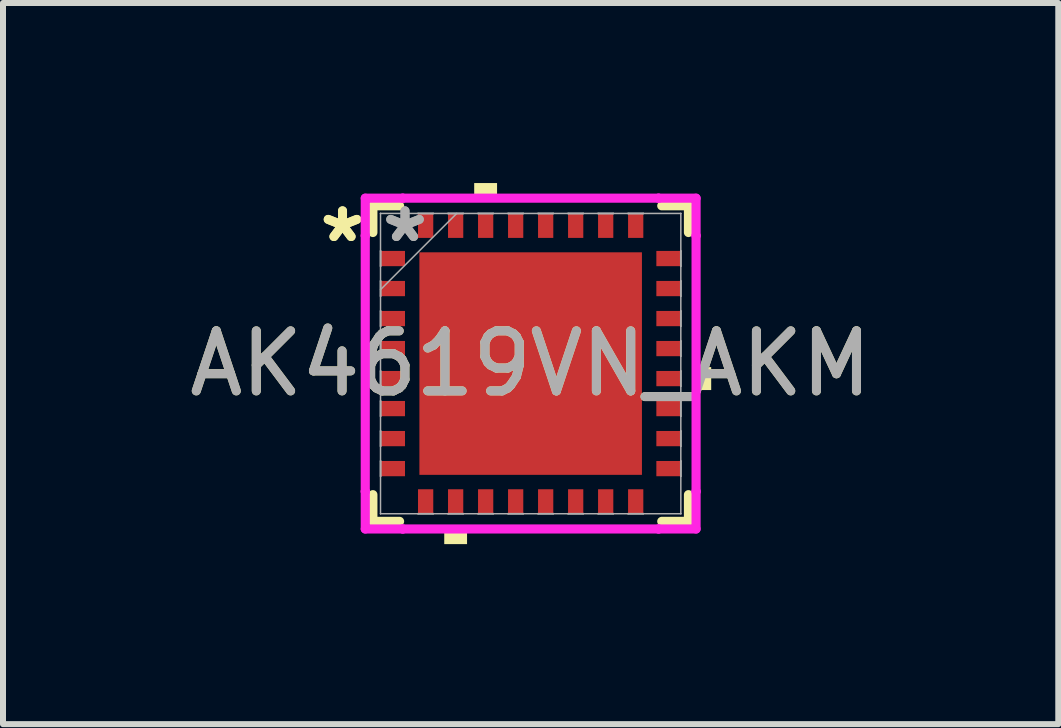
<source format=kicad_pcb>
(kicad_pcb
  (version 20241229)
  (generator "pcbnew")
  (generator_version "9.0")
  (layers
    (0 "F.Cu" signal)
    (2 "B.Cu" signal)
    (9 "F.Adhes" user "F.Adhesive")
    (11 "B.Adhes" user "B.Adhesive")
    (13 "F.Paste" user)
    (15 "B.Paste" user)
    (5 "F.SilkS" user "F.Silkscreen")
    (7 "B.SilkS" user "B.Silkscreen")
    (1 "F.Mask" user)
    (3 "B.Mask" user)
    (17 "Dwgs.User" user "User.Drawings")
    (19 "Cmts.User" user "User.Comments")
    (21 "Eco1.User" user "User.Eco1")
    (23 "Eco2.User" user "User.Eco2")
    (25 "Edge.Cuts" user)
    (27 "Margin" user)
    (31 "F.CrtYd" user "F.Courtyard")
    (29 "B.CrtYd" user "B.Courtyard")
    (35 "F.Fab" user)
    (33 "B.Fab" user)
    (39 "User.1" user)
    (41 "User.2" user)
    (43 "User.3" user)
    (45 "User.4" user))
  (footprint "AK4619VN_AKM"
    (layer "F.Cu")
    (at 5.792 3.008)
    (property "Reference" "AK4619VN_AKM" (at 0 0 0) (unlocked yes) (layer "F.SilkS") (effects (font (size 1 1) (thickness 0.15))))
    (attr smd)
    (fp_line (start -2.629 -2.629) (end -2.629 -2.184) (stroke (width 0.152) (type solid)) (layer "F.SilkS"))
    (fp_line (start -2.629 2.184) (end -2.629 2.629) (stroke (width 0.152) (type solid)) (layer "F.SilkS"))
    (fp_line (start -2.629 2.629) (end -2.184 2.629) (stroke (width 0.152) (type solid)) (layer "F.SilkS"))
    (fp_line (start -2.184 -2.629) (end -2.629 -2.629) (stroke (width 0.152) (type solid)) (layer "F.SilkS"))
    (fp_line (start 2.184 2.629) (end 2.629 2.629) (stroke (width 0.152) (type solid)) (layer "F.SilkS"))
    (fp_line (start 2.629 -2.629) (end 2.184 -2.629) (stroke (width 0.152) (type solid)) (layer "F.SilkS"))
    (fp_line (start 2.629 -2.184) (end 2.629 -2.629) (stroke (width 0.152) (type solid)) (layer "F.SilkS"))
    (fp_line (start 2.629 2.629) (end 2.629 2.184) (stroke (width 0.152) (type solid)) (layer "F.SilkS"))
    (fp_poly (pts (xy -1.44 2.754) (xy -1.44 3.008) (xy -1.06 3.008) (xy -1.06 2.754)) (stroke (width 0) (type solid)) (fill yes) (layer "F.SilkS"))
    (fp_poly (pts (xy -0.941 -2.754) (xy -0.941 -3.008) (xy -0.56 -3.008) (xy -0.56 -2.754)) (stroke (width 0) (type solid)) (fill yes) (layer "F.SilkS"))
    (fp_poly (pts (xy 3.008 0.059) (xy 3.008 0.441) (xy 2.754 0.441) (xy 2.754 0.059)) (stroke (width 0) (type solid)) (fill yes) (layer "F.SilkS"))
    (fp_poly (pts (xy -1.754 -1.754) (xy -1.754 -0.1) (xy -0.1 -0.1) (xy -0.1 -1.754)) (stroke (width 0) (type solid)) (fill yes) (layer "F.Paste"))
    (fp_poly (pts (xy -1.754 0.1) (xy -1.754 1.754) (xy -0.1 1.754) (xy -0.1 0.1)) (stroke (width 0) (type solid)) (fill yes) (layer "F.Paste"))
    (fp_poly (pts (xy 0.1 -1.754) (xy 0.1 -0.1) (xy 1.754 -0.1) (xy 1.754 -1.754)) (stroke (width 0) (type solid)) (fill yes) (layer "F.Paste"))
    (fp_poly (pts (xy 0.1 0.1) (xy 0.1 1.754) (xy 1.754 1.754) (xy 1.754 0.1)) (stroke (width 0) (type solid)) (fill yes) (layer "F.Paste"))
    (fp_line (start -2.756 -2.756) (end -2.131 -2.756) (stroke (width 0.152) (type solid)) (layer "F.CrtYd"))
    (fp_line (start -2.756 -2.131) (end -2.756 -2.756) (stroke (width 0.152) (type solid)) (layer "F.CrtYd"))
    (fp_line (start -2.756 -2.131) (end -2.756 -2.131) (stroke (width 0.152) (type solid)) (layer "F.CrtYd"))
    (fp_line (start -2.756 2.131) (end -2.756 -2.131) (stroke (width 0.152) (type solid)) (layer "F.CrtYd"))
    (fp_line (start -2.756 2.131) (end -2.756 2.131) (stroke (width 0.152) (type solid)) (layer "F.CrtYd"))
    (fp_line (start -2.756 2.756) (end -2.756 2.131) (stroke (width 0.152) (type solid)) (layer "F.CrtYd"))
    (fp_line (start -2.131 -2.756) (end -2.131 -2.756) (stroke (width 0.152) (type solid)) (layer "F.CrtYd"))
    (fp_line (start -2.131 -2.756) (end 2.131 -2.756) (stroke (width 0.152) (type solid)) (layer "F.CrtYd"))
    (fp_line (start -2.131 2.756) (end -2.756 2.756) (stroke (width 0.152) (type solid)) (layer "F.CrtYd"))
    (fp_line (start -2.131 2.756) (end -2.131 2.756) (stroke (width 0.152) (type solid)) (layer "F.CrtYd"))
    (fp_line (start 2.131 -2.756) (end 2.131 -2.756) (stroke (width 0.152) (type solid)) (layer "F.CrtYd"))
    (fp_line (start 2.131 -2.756) (end 2.756 -2.756) (stroke (width 0.152) (type solid)) (layer "F.CrtYd"))
    (fp_line (start 2.131 2.756) (end -2.131 2.756) (stroke (width 0.152) (type solid)) (layer "F.CrtYd"))
    (fp_line (start 2.131 2.756) (end 2.131 2.756) (stroke (width 0.152) (type solid)) (layer "F.CrtYd"))
    (fp_line (start 2.756 -2.756) (end 2.756 -2.131) (stroke (width 0.152) (type solid)) (layer "F.CrtYd"))
    (fp_line (start 2.756 -2.131) (end 2.756 -2.131) (stroke (width 0.152) (type solid)) (layer "F.CrtYd"))
    (fp_line (start 2.756 -2.131) (end 2.756 2.131) (stroke (width 0.152) (type solid)) (layer "F.CrtYd"))
    (fp_line (start 2.756 2.131) (end 2.756 2.131) (stroke (width 0.152) (type solid)) (layer "F.CrtYd"))
    (fp_line (start 2.756 2.131) (end 2.756 2.756) (stroke (width 0.152) (type solid)) (layer "F.CrtYd"))
    (fp_line (start 2.756 2.756) (end 2.131 2.756) (stroke (width 0.152) (type solid)) (layer "F.CrtYd"))
    (fp_line (start -2.502 -2.502) (end -2.502 -2.502) (stroke (width 0.025) (type solid)) (layer "F.Fab"))
    (fp_line (start -2.502 -2.502) (end -2.502 2.502) (stroke (width 0.025) (type solid)) (layer "F.Fab"))
    (fp_line (start -2.502 -1.877) (end -2.5 -1.877) (stroke (width 0.025) (type solid)) (layer "F.Fab"))
    (fp_line (start -2.502 -1.623) (end -2.502 -1.877) (stroke (width 0.025) (type solid)) (layer "F.Fab"))
    (fp_line (start -2.502 -1.377) (end -2.5 -1.377) (stroke (width 0.025) (type solid)) (layer "F.Fab"))
    (fp_line (start -2.502 -1.232) (end -1.232 -2.502) (stroke (width 0.025) (type solid)) (layer "F.Fab"))
    (fp_line (start -2.502 -1.123) (end -2.502 -1.377) (stroke (width 0.025) (type solid)) (layer "F.Fab"))
    (fp_line (start -2.502 -0.877) (end -2.5 -0.877) (stroke (width 0.025) (type solid)) (layer "F.Fab"))
    (fp_line (start -2.502 -0.623) (end -2.502 -0.877) (stroke (width 0.025) (type solid)) (layer "F.Fab"))
    (fp_line (start -2.502 -0.377) (end -2.5 -0.377) (stroke (width 0.025) (type solid)) (layer "F.Fab"))
    (fp_line (start -2.502 -0.123) (end -2.502 -0.377) (stroke (width 0.025) (type solid)) (layer "F.Fab"))
    (fp_line (start -2.502 0.123) (end -2.5 0.123) (stroke (width 0.025) (type solid)) (layer "F.Fab"))
    (fp_line (start -2.502 0.377) (end -2.502 0.123) (stroke (width 0.025) (type solid)) (layer "F.Fab"))
    (fp_line (start -2.502 0.623) (end -2.5 0.623) (stroke (width 0.025) (type solid)) (layer "F.Fab"))
    (fp_line (start -2.502 0.877) (end -2.502 0.623) (stroke (width 0.025) (type solid)) (layer "F.Fab"))
    (fp_line (start -2.502 1.123) (end -2.5 1.123) (stroke (width 0.025) (type solid)) (layer "F.Fab"))
    (fp_line (start -2.502 1.377) (end -2.502 1.123) (stroke (width 0.025) (type solid)) (layer "F.Fab"))
    (fp_line (start -2.502 1.623) (end -2.5 1.623) (stroke (width 0.025) (type solid)) (layer "F.Fab"))
    (fp_line (start -2.502 1.877) (end -2.502 1.623) (stroke (width 0.025) (type solid)) (layer "F.Fab"))
    (fp_line (start -2.502 2.502) (end -2.502 2.502) (stroke (width 0.025) (type solid)) (layer "F.Fab"))
    (fp_line (start -2.502 2.502) (end 2.502 2.502) (stroke (width 0.025) (type solid)) (layer "F.Fab"))
    (fp_line (start -2.5 -1.877) (end -2.5 -1.623) (stroke (width 0.025) (type solid)) (layer "F.Fab"))
    (fp_line (start -2.5 -1.623) (end -2.502 -1.623) (stroke (width 0.025) (type solid)) (layer "F.Fab"))
    (fp_line (start -2.5 -1.377) (end -2.5 -1.123) (stroke (width 0.025) (type solid)) (layer "F.Fab"))
    (fp_line (start -2.5 -1.123) (end -2.502 -1.123) (stroke (width 0.025) (type solid)) (layer "F.Fab"))
    (fp_line (start -2.5 -0.877) (end -2.5 -0.623) (stroke (width 0.025) (type solid)) (layer "F.Fab"))
    (fp_line (start -2.5 -0.623) (end -2.502 -0.623) (stroke (width 0.025) (type solid)) (layer "F.Fab"))
    (fp_line (start -2.5 -0.377) (end -2.5 -0.123) (stroke (width 0.025) (type solid)) (layer "F.Fab"))
    (fp_line (start -2.5 -0.123) (end -2.502 -0.123) (stroke (width 0.025) (type solid)) (layer "F.Fab"))
    (fp_line (start -2.5 0.123) (end -2.5 0.377) (stroke (width 0.025) (type solid)) (layer "F.Fab"))
    (fp_line (start -2.5 0.377) (end -2.502 0.377) (stroke (width 0.025) (type solid)) (layer "F.Fab"))
    (fp_line (start -2.5 0.623) (end -2.5 0.877) (stroke (width 0.025) (type solid)) (layer "F.Fab"))
    (fp_line (start -2.5 0.877) (end -2.502 0.877) (stroke (width 0.025) (type solid)) (layer "F.Fab"))
    (fp_line (start -2.5 1.123) (end -2.5 1.377) (stroke (width 0.025) (type solid)) (layer "F.Fab"))
    (fp_line (start -2.5 1.377) (end -2.502 1.377) (stroke (width 0.025) (type solid)) (layer "F.Fab"))
    (fp_line (start -2.5 1.623) (end -2.5 1.877) (stroke (width 0.025) (type solid)) (layer "F.Fab"))
    (fp_line (start -2.5 1.877) (end -2.502 1.877) (stroke (width 0.025) (type solid)) (layer "F.Fab"))
    (fp_line (start -1.877 -2.502) (end -1.623 -2.502) (stroke (width 0.025) (type solid)) (layer "F.Fab"))
    (fp_line (start -1.877 -2.5) (end -1.877 -2.502) (stroke (width 0.025) (type solid)) (layer "F.Fab"))
    (fp_line (start -1.877 2.5) (end -1.623 2.5) (stroke (width 0.025) (type solid)) (layer "F.Fab"))
    (fp_line (start -1.877 2.502) (end -1.877 2.5) (stroke (width 0.025) (type solid)) (layer "F.Fab"))
    (fp_line (start -1.623 -2.502) (end -1.623 -2.5) (stroke (width 0.025) (type solid)) (layer "F.Fab"))
    (fp_line (start -1.623 -2.5) (end -1.877 -2.5) (stroke (width 0.025) (type solid)) (layer "F.Fab"))
    (fp_line (start -1.623 2.5) (end -1.623 2.502) (stroke (width 0.025) (type solid)) (layer "F.Fab"))
    (fp_line (start -1.623 2.502) (end -1.877 2.502) (stroke (width 0.025) (type solid)) (layer "F.Fab"))
    (fp_line (start -1.377 -2.502) (end -1.123 -2.502) (stroke (width 0.025) (type solid)) (layer "F.Fab"))
    (fp_line (start -1.377 -2.5) (end -1.377 -2.502) (stroke (width 0.025) (type solid)) (layer "F.Fab"))
    (fp_line (start -1.377 2.5) (end -1.123 2.5) (stroke (width 0.025) (type solid)) (layer "F.Fab"))
    (fp_line (start -1.377 2.502) (end -1.377 2.5) (stroke (width 0.025) (type solid)) (layer "F.Fab"))
    (fp_line (start -1.123 -2.502) (end -1.123 -2.5) (stroke (width 0.025) (type solid)) (layer "F.Fab"))
    (fp_line (start -1.123 -2.5) (end -1.377 -2.5) (stroke (width 0.025) (type solid)) (layer "F.Fab"))
    (fp_line (start -1.123 2.5) (end -1.123 2.502) (stroke (width 0.025) (type solid)) (layer "F.Fab"))
    (fp_line (start -1.123 2.502) (end -1.377 2.502) (stroke (width 0.025) (type solid)) (layer "F.Fab"))
    (fp_line (start -0.877 -2.502) (end -0.623 -2.502) (stroke (width 0.025) (type solid)) (layer "F.Fab"))
    (fp_line (start -0.877 -2.5) (end -0.877 -2.502) (stroke (width 0.025) (type solid)) (layer "F.Fab"))
    (fp_line (start -0.877 2.5) (end -0.623 2.5) (stroke (width 0.025) (type solid)) (layer "F.Fab"))
    (fp_line (start -0.877 2.502) (end -0.877 2.5) (stroke (width 0.025) (type solid)) (layer "F.Fab"))
    (fp_line (start -0.623 -2.502) (end -0.623 -2.5) (stroke (width 0.025) (type solid)) (layer "F.Fab"))
    (fp_line (start -0.623 -2.5) (end -0.877 -2.5) (stroke (width 0.025) (type solid)) (layer "F.Fab"))
    (fp_line (start -0.623 2.5) (end -0.623 2.502) (stroke (width 0.025) (type solid)) (layer "F.Fab"))
    (fp_line (start -0.623 2.502) (end -0.877 2.502) (stroke (width 0.025) (type solid)) (layer "F.Fab"))
    (fp_line (start -0.377 -2.502) (end -0.123 -2.502) (stroke (width 0.025) (type solid)) (layer "F.Fab"))
    (fp_line (start -0.377 -2.5) (end -0.377 -2.502) (stroke (width 0.025) (type solid)) (layer "F.Fab"))
    (fp_line (start -0.377 2.5) (end -0.123 2.5) (stroke (width 0.025) (type solid)) (layer "F.Fab"))
    (fp_line (start -0.377 2.502) (end -0.377 2.5) (stroke (width 0.025) (type solid)) (layer "F.Fab"))
    (fp_line (start -0.123 -2.502) (end -0.123 -2.5) (stroke (width 0.025) (type solid)) (layer "F.Fab"))
    (fp_line (start -0.123 -2.5) (end -0.377 -2.5) (stroke (width 0.025) (type solid)) (layer "F.Fab"))
    (fp_line (start -0.123 2.5) (end -0.123 2.502) (stroke (width 0.025) (type solid)) (layer "F.Fab"))
    (fp_line (start -0.123 2.502) (end -0.377 2.502) (stroke (width 0.025) (type solid)) (layer "F.Fab"))
    (fp_line (start 0.123 -2.502) (end 0.377 -2.502) (stroke (width 0.025) (type solid)) (layer "F.Fab"))
    (fp_line (start 0.123 -2.5) (end 0.123 -2.502) (stroke (width 0.025) (type solid)) (layer "F.Fab"))
    (fp_line (start 0.123 2.5) (end 0.377 2.5) (stroke (width 0.025) (type solid)) (layer "F.Fab"))
    (fp_line (start 0.123 2.502) (end 0.123 2.5) (stroke (width 0.025) (type solid)) (layer "F.Fab"))
    (fp_line (start 0.377 -2.502) (end 0.377 -2.5) (stroke (width 0.025) (type solid)) (layer "F.Fab"))
    (fp_line (start 0.377 -2.5) (end 0.123 -2.5) (stroke (width 0.025) (type solid)) (layer "F.Fab"))
    (fp_line (start 0.377 2.5) (end 0.377 2.502) (stroke (width 0.025) (type solid)) (layer "F.Fab"))
    (fp_line (start 0.377 2.502) (end 0.123 2.502) (stroke (width 0.025) (type solid)) (layer "F.Fab"))
    (fp_line (start 0.623 -2.502) (end 0.877 -2.502) (stroke (width 0.025) (type solid)) (layer "F.Fab"))
    (fp_line (start 0.623 -2.5) (end 0.623 -2.502) (stroke (width 0.025) (type solid)) (layer "F.Fab"))
    (fp_line (start 0.623 2.5) (end 0.877 2.5) (stroke (width 0.025) (type solid)) (layer "F.Fab"))
    (fp_line (start 0.623 2.502) (end 0.623 2.5) (stroke (width 0.025) (type solid)) (layer "F.Fab"))
    (fp_line (start 0.877 -2.502) (end 0.877 -2.5) (stroke (width 0.025) (type solid)) (layer "F.Fab"))
    (fp_line (start 0.877 -2.5) (end 0.623 -2.5) (stroke (width 0.025) (type solid)) (layer "F.Fab"))
    (fp_line (start 0.877 2.5) (end 0.877 2.502) (stroke (width 0.025) (type solid)) (layer "F.Fab"))
    (fp_line (start 0.877 2.502) (end 0.623 2.502) (stroke (width 0.025) (type solid)) (layer "F.Fab"))
    (fp_line (start 1.123 -2.502) (end 1.377 -2.502) (stroke (width 0.025) (type solid)) (layer "F.Fab"))
    (fp_line (start 1.123 -2.5) (end 1.123 -2.502) (stroke (width 0.025) (type solid)) (layer "F.Fab"))
    (fp_line (start 1.123 2.5) (end 1.377 2.5) (stroke (width 0.025) (type solid)) (layer "F.Fab"))
    (fp_line (start 1.123 2.502) (end 1.123 2.5) (stroke (width 0.025) (type solid)) (layer "F.Fab"))
    (fp_line (start 1.377 -2.502) (end 1.377 -2.5) (stroke (width 0.025) (type solid)) (layer "F.Fab"))
    (fp_line (start 1.377 -2.5) (end 1.123 -2.5) (stroke (width 0.025) (type solid)) (layer "F.Fab"))
    (fp_line (start 1.377 2.5) (end 1.377 2.502) (stroke (width 0.025) (type solid)) (layer "F.Fab"))
    (fp_line (start 1.377 2.502) (end 1.123 2.502) (stroke (width 0.025) (type solid)) (layer "F.Fab"))
    (fp_line (start 1.623 -2.502) (end 1.877 -2.502) (stroke (width 0.025) (type solid)) (layer "F.Fab"))
    (fp_line (start 1.623 -2.5) (end 1.623 -2.502) (stroke (width 0.025) (type solid)) (layer "F.Fab"))
    (fp_line (start 1.623 2.5) (end 1.877 2.5) (stroke (width 0.025) (type solid)) (layer "F.Fab"))
    (fp_line (start 1.623 2.502) (end 1.623 2.5) (stroke (width 0.025) (type solid)) (layer "F.Fab"))
    (fp_line (start 1.877 -2.502) (end 1.877 -2.5) (stroke (width 0.025) (type solid)) (layer "F.Fab"))
    (fp_line (start 1.877 -2.5) (end 1.623 -2.5) (stroke (width 0.025) (type solid)) (layer "F.Fab"))
    (fp_line (start 1.877 2.5) (end 1.877 2.502) (stroke (width 0.025) (type solid)) (layer "F.Fab"))
    (fp_line (start 1.877 2.502) (end 1.623 2.502) (stroke (width 0.025) (type solid)) (layer "F.Fab"))
    (fp_line (start 2.5 -1.877) (end 2.502 -1.877) (stroke (width 0.025) (type solid)) (layer "F.Fab"))
    (fp_line (start 2.5 -1.623) (end 2.5 -1.877) (stroke (width 0.025) (type solid)) (layer "F.Fab"))
    (fp_line (start 2.5 -1.377) (end 2.502 -1.377) (stroke (width 0.025) (type solid)) (layer "F.Fab"))
    (fp_line (start 2.5 -1.123) (end 2.5 -1.377) (stroke (width 0.025) (type solid)) (layer "F.Fab"))
    (fp_line (start 2.5 -0.877) (end 2.502 -0.877) (stroke (width 0.025) (type solid)) (layer "F.Fab"))
    (fp_line (start 2.5 -0.623) (end 2.5 -0.877) (stroke (width 0.025) (type solid)) (layer "F.Fab"))
    (fp_line (start 2.5 -0.377) (end 2.502 -0.377) (stroke (width 0.025) (type solid)) (layer "F.Fab"))
    (fp_line (start 2.5 -0.123) (end 2.5 -0.377) (stroke (width 0.025) (type solid)) (layer "F.Fab"))
    (fp_line (start 2.5 0.123) (end 2.502 0.123) (stroke (width 0.025) (type solid)) (layer "F.Fab"))
    (fp_line (start 2.5 0.377) (end 2.5 0.123) (stroke (width 0.025) (type solid)) (layer "F.Fab"))
    (fp_line (start 2.5 0.623) (end 2.502 0.623) (stroke (width 0.025) (type solid)) (layer "F.Fab"))
    (fp_line (start 2.5 0.877) (end 2.5 0.623) (stroke (width 0.025) (type solid)) (layer "F.Fab"))
    (fp_line (start 2.5 1.123) (end 2.502 1.123) (stroke (width 0.025) (type solid)) (layer "F.Fab"))
    (fp_line (start 2.5 1.377) (end 2.5 1.123) (stroke (width 0.025) (type solid)) (layer "F.Fab"))
    (fp_line (start 2.5 1.623) (end 2.502 1.623) (stroke (width 0.025) (type solid)) (layer "F.Fab"))
    (fp_line (start 2.5 1.877) (end 2.5 1.623) (stroke (width 0.025) (type solid)) (layer "F.Fab"))
    (fp_line (start 2.502 -2.502) (end -2.502 -2.502) (stroke (width 0.025) (type solid)) (layer "F.Fab"))
    (fp_line (start 2.502 -2.502) (end 2.502 -2.502) (stroke (width 0.025) (type solid)) (layer "F.Fab"))
    (fp_line (start 2.502 -1.877) (end 2.502 -1.623) (stroke (width 0.025) (type solid)) (layer "F.Fab"))
    (fp_line (start 2.502 -1.623) (end 2.5 -1.623) (stroke (width 0.025) (type solid)) (layer "F.Fab"))
    (fp_line (start 2.502 -1.377) (end 2.502 -1.123) (stroke (width 0.025) (type solid)) (layer "F.Fab"))
    (fp_line (start 2.502 -1.123) (end 2.5 -1.123) (stroke (width 0.025) (type solid)) (layer "F.Fab"))
    (fp_line (start 2.502 -0.877) (end 2.502 -0.623) (stroke (width 0.025) (type solid)) (layer "F.Fab"))
    (fp_line (start 2.502 -0.623) (end 2.5 -0.623) (stroke (width 0.025) (type solid)) (layer "F.Fab"))
    (fp_line (start 2.502 -0.377) (end 2.502 -0.123) (stroke (width 0.025) (type solid)) (layer "F.Fab"))
    (fp_line (start 2.502 -0.123) (end 2.5 -0.123) (stroke (width 0.025) (type solid)) (layer "F.Fab"))
    (fp_line (start 2.502 0.123) (end 2.502 0.377) (stroke (width 0.025) (type solid)) (layer "F.Fab"))
    (fp_line (start 2.502 0.377) (end 2.5 0.377) (stroke (width 0.025) (type solid)) (layer "F.Fab"))
    (fp_line (start 2.502 0.623) (end 2.502 0.877) (stroke (width 0.025) (type solid)) (layer "F.Fab"))
    (fp_line (start 2.502 0.877) (end 2.5 0.877) (stroke (width 0.025) (type solid)) (layer "F.Fab"))
    (fp_line (start 2.502 1.123) (end 2.502 1.377) (stroke (width 0.025) (type solid)) (layer "F.Fab"))
    (fp_line (start 2.502 1.377) (end 2.5 1.377) (stroke (width 0.025) (type solid)) (layer "F.Fab"))
    (fp_line (start 2.502 1.623) (end 2.502 1.877) (stroke (width 0.025) (type solid)) (layer "F.Fab"))
    (fp_line (start 2.502 1.877) (end 2.5 1.877) (stroke (width 0.025) (type solid)) (layer "F.Fab"))
    (fp_line (start 2.502 2.502) (end 2.502 -2.502) (stroke (width 0.025) (type solid)) (layer "F.Fab"))
    (fp_line (start 2.502 2.502) (end 2.502 2.502) (stroke (width 0.025) (type solid)) (layer "F.Fab"))
    (fp_text user "*" (at -3.135 -2 0) (unlocked yes) (layer "F.SilkS") (effects (font (size 1 1) (thickness 0.15))))
    (fp_text user "*" (at -3.135 -2 0) (layer "F.SilkS") (effects (font (size 1 1) (thickness 0.15))))
    (fp_text user "*" (at -2.094 -2 0) (layer "F.Fab") (effects (font (size 1 1) (thickness 0.15))))
    (fp_text user "*" (at -2.094 -2 0) (unlocked yes) (layer "F.Fab") (effects (font (size 1 1) (thickness 0.15))))
    (fp_text user "${REFERENCE}" (at 0 0 0) (unlocked yes) (layer "F.Fab") (effects (font (size 1 1) (thickness 0.15))))
    (pad "1" smd rect (at -2.297 -1.75 90) (size 0.254 0.406) (layers "F.Cu" "F.Mask" "F.Paste"))
    (pad "2" smd rect (at -2.297 -1.25 90) (size 0.254 0.406) (layers "F.Cu" "F.Mask" "F.Paste"))
    (pad "3" smd rect (at -2.297 -0.75 90) (size 0.254 0.406) (layers "F.Cu" "F.Mask" "F.Paste"))
    (pad "4" smd rect (at -2.297 -0.25 90) (size 0.254 0.406) (layers "F.Cu" "F.Mask" "F.Paste"))
    (pad "5" smd rect (at -2.297 0.25 90) (size 0.254 0.406) (layers "F.Cu" "F.Mask" "F.Paste"))
    (pad "6" smd rect (at -2.297 0.75 90) (size 0.254 0.406) (layers "F.Cu" "F.Mask" "F.Paste"))
    (pad "7" smd rect (at -2.297 1.25 90) (size 0.254 0.406) (layers "F.Cu" "F.Mask" "F.Paste"))
    (pad "8" smd rect (at -2.297 1.75 90) (size 0.254 0.406) (layers "F.Cu" "F.Mask" "F.Paste"))
    (pad "9" smd rect (at -1.75 2.297) (size 0.254 0.406) (layers "F.Cu" "F.Mask" "F.Paste"))
    (pad "10" smd rect (at -1.25 2.297) (size 0.254 0.406) (layers "F.Cu" "F.Mask" "F.Paste"))
    (pad "11" smd rect (at -0.75 2.297) (size 0.254 0.406) (layers "F.Cu" "F.Mask" "F.Paste"))
    (pad "12" smd rect (at -0.25 2.297) (size 0.254 0.406) (layers "F.Cu" "F.Mask" "F.Paste"))
    (pad "13" smd rect (at 0.25 2.297) (size 0.254 0.406) (layers "F.Cu" "F.Mask" "F.Paste"))
    (pad "14" smd rect (at 0.75 2.297) (size 0.254 0.406) (layers "F.Cu" "F.Mask" "F.Paste"))
    (pad "15" smd rect (at 1.25 2.297) (size 0.254 0.406) (layers "F.Cu" "F.Mask" "F.Paste"))
    (pad "16" smd rect (at 1.75 2.297) (size 0.254 0.406) (layers "F.Cu" "F.Mask" "F.Paste"))
    (pad "17" smd rect (at 2.297 1.75 90) (size 0.254 0.406) (layers "F.Cu" "F.Mask" "F.Paste"))
    (pad "18" smd rect (at 2.297 1.25 90) (size 0.254 0.406) (layers "F.Cu" "F.Mask" "F.Paste"))
    (pad "19" smd rect (at 2.297 0.75 90) (size 0.254 0.406) (layers "F.Cu" "F.Mask" "F.Paste"))
    (pad "20" smd rect (at 2.297 0.25 90) (size 0.254 0.406) (layers "F.Cu" "F.Mask" "F.Paste"))
    (pad "21" smd rect (at 2.297 -0.25 90) (size 0.254 0.406) (layers "F.Cu" "F.Mask" "F.Paste"))
    (pad "22" smd rect (at 2.297 -0.75 90) (size 0.254 0.406) (layers "F.Cu" "F.Mask" "F.Paste"))
    (pad "23" smd rect (at 2.297 -1.25 90) (size 0.254 0.406) (layers "F.Cu" "F.Mask" "F.Paste"))
    (pad "24" smd rect (at 2.297 -1.75 90) (size 0.254 0.406) (layers "F.Cu" "F.Mask" "F.Paste"))
    (pad "25" smd rect (at 1.75 -2.297) (size 0.254 0.406) (layers "F.Cu" "F.Mask" "F.Paste"))
    (pad "26" smd rect (at 1.25 -2.297) (size 0.254 0.406) (layers "F.Cu" "F.Mask" "F.Paste"))
    (pad "27" smd rect (at 0.75 -2.297) (size 0.254 0.406) (layers "F.Cu" "F.Mask" "F.Paste"))
    (pad "28" smd rect (at 0.25 -2.297) (size 0.254 0.406) (layers "F.Cu" "F.Mask" "F.Paste"))
    (pad "29" smd rect (at -0.25 -2.297) (size 0.254 0.406) (layers "F.Cu" "F.Mask" "F.Paste"))
    (pad "30" smd rect (at -0.75 -2.297) (size 0.254 0.406) (layers "F.Cu" "F.Mask" "F.Paste"))
    (pad "31" smd rect (at -1.25 -2.297) (size 0.254 0.406) (layers "F.Cu" "F.Mask" "F.Paste"))
    (pad "32" smd rect (at -1.75 -2.297) (size 0.254 0.406) (layers "F.Cu" "F.Mask" "F.Paste"))
    (pad "33" smd rect (at 0 0) (size 3.708 3.708) (layers "F.Cu" "F.Mask" "F.Paste")))
  (gr_rect
    (start -3 -3)
    (end 14.583 9.016)
    (stroke (width 0.1) (type default))
    (fill no)
    (layer "Edge.Cuts")))
</source>
